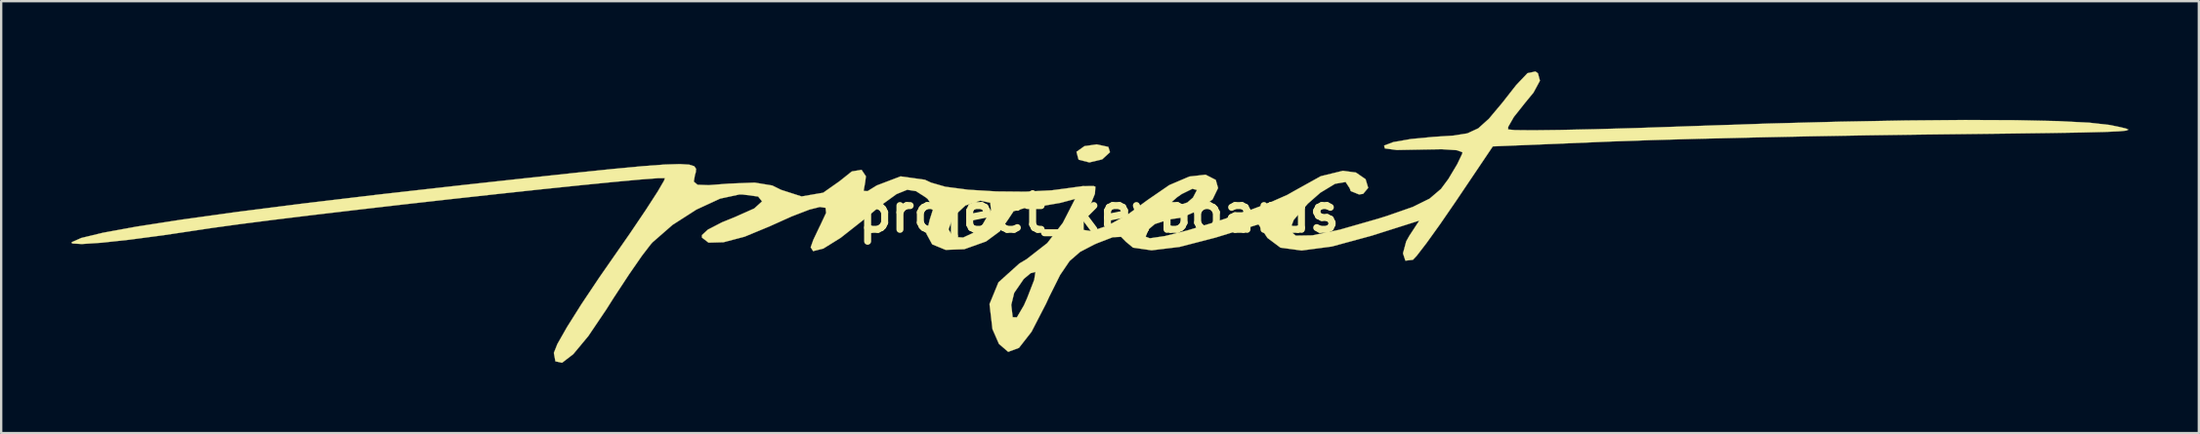
<source format=kicad_pcb>
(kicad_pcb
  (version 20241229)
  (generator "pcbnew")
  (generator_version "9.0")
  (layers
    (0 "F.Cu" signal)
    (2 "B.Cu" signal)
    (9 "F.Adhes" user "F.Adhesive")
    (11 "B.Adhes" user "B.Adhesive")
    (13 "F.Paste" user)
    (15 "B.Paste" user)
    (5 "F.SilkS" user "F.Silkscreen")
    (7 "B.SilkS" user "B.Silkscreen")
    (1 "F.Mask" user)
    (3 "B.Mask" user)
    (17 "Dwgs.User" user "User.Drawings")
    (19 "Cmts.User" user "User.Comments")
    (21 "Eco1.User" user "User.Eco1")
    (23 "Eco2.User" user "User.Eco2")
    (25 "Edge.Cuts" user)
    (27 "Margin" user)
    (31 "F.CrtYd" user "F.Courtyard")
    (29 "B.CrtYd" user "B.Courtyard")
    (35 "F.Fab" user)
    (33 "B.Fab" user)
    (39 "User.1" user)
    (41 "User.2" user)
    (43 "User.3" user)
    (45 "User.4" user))
  (footprint "project_keyboards"
    (layer "F.Cu")
    (at 43.833 6.061)
    (property "Reference" "project_keyboards" (at 0 0 0) (layer "F.SilkS") (effects (font (size 1.524 1.524) (thickness 0.3))))
    (attr through_hole)
    (fp_poly (pts (xy 0.398 -2.834) (xy 0.469 -2.607) (xy 0.137 -2.302) (xy -0.409 -2.171) (xy -0.858 -2.285) (xy -0.873 -2.299) (xy -0.96 -2.624) (xy -0.62 -2.866) (xy -0.096 -2.941) (xy 0.398 -2.834)) (stroke (width 0.01) (type solid)) (fill yes) (layer "F.SilkS"))
    (fp_poly (pts (xy 18.726 -5.979) (xy 18.811 -5.663) (xy 18.538 -5.157) (xy 18.166 -4.703) (xy 17.697 -4.111) (xy 17.456 -3.689) (xy 17.454 -3.579) (xy 17.748 -3.552) (xy 18.508 -3.545) (xy 19.667 -3.558) (xy 21.155 -3.59) (xy 22.904 -3.639) (xy 24.847 -3.705) (xy 25.321 -3.722) (xy 28.57 -3.832) (xy 31.621 -3.912) (xy 34.428 -3.963) (xy 36.942 -3.984) (xy 39.116 -3.975) (xy 40.903 -3.937) (xy 42.255 -3.868) (xy 43.125 -3.769) (xy 43.18 -3.758) (xy 43.548 -3.682) (xy 43.808 -3.62) (xy 43.916 -3.571) (xy 43.826 -3.531) (xy 43.496 -3.499) (xy 42.879 -3.473) (xy 41.931 -3.45) (xy 40.608 -3.428) (xy 38.866 -3.405) (xy 36.658 -3.379) (xy 35.159 -3.362) (xy 32.773 -3.329) (xy 30.294 -3.286) (xy 27.844 -3.235) (xy 25.546 -3.18) (xy 23.521 -3.123) (xy 21.892 -3.067) (xy 21.702 -3.059) (xy 16.801 -2.856) (xy 15.225 -0.512) (xy 14.55 0.471) (xy 13.967 1.284) (xy 13.551 1.824) (xy 13.393 1.99) (xy 13.072 2.027) (xy 12.969 1.715) (xy 13.107 1.202) (xy 13.239 0.967) (xy 13.666 0.314) (xy 11.636 0.959) (xy 9.933 1.423) (xy 8.645 1.593) (xy 7.741 1.471) (xy 7.189 1.057) (xy 7.177 1.04) (xy 6.803 0.477) (xy 4.977 1.04) (xy 3.431 1.441) (xy 2.243 1.585) (xy 1.452 1.47) (xy 1.147 1.217) (xy 0.942 1.009) (xy 0.584 1.027) (xy -0.077 1.282) (xy -0.204 1.338) (xy -0.804 1.651) (xy -1.253 2.041) (xy -1.658 2.638) (xy -2.124 3.571) (xy -2.258 3.864) (xy -2.88 5.069) (xy -3.414 5.754) (xy -3.873 5.924) (xy -4.268 5.584) (xy -4.543 4.954) (xy -4.665 3.918) (xy -3.743 3.918) (xy -3.682 4.444) (xy -3.501 4.449) (xy -3.201 3.936) (xy -3.061 3.618) (xy -2.762 2.845) (xy -2.711 2.508) (xy -2.915 2.563) (xy -3.208 2.807) (xy -3.618 3.404) (xy -3.743 3.918) (xy -4.665 3.918) (xy -4.669 3.883) (xy -4.288 2.953) (xy -3.393 2.147) (xy -3.09 1.966) (xy -2.206 1.277) (xy -1.544 0.415) (xy -1.527 0.382) (xy -1.018 -0.611) (xy -1.645 -0.443) (xy -2.423 -0.308) (xy -2.99 -0.271) (xy -3.644 -0.084) (xy -3.878 0.27) (xy -4.227 0.77) (xy -4.818 1.206) (xy -5.744 1.537) (xy -6.542 1.566) (xy -7.115 1.33) (xy -7.365 0.87) (xy -7.32 0.688) (xy -6.417 0.688) (xy -6.232 1.011) (xy -5.794 1.04) (xy -5.281 0.801) (xy -4.961 0.475) (xy -4.604 -0.136) (xy -4.638 -0.448) (xy -5.061 -0.535) (xy -5.697 -0.33) (xy -6.22 0.157) (xy -6.417 0.688) (xy -7.32 0.688) (xy -7.216 0.263) (xy -7.057 -0.24) (xy -7.311 -0.613) (xy -7.398 -0.682) (xy -7.806 -0.944) (xy -8.181 -1.002) (xy -8.637 -0.817) (xy -9.286 -0.347) (xy -10.026 0.267) (xy -11.022 1.052) (xy -11.758 1.51) (xy -12.194 1.62) (xy -12.299 1.457) (xy -12.188 1.142) (xy -11.918 0.573) (xy -11.891 0.521) (xy -11.641 -0.015) (xy -11.663 -0.23) (xy -11.908 -0.267) (xy -12.351 -0.156) (xy -13.108 0.136) (xy -14.018 0.545) (xy -14.038 0.555) (xy -15.116 1.002) (xy -16.019 1.24) (xy -16.657 1.257) (xy -16.937 1.041) (xy -16.939 0.936) (xy -16.686 0.702) (xy -16.078 0.387) (xy -15.539 0.168) (xy -14.708 -0.202) (xy -14.373 -0.505) (xy -14.54 -0.713) (xy -15.214 -0.801) (xy -15.337 -0.802) (xy -16.161 -0.624) (xy -17.172 -0.157) (xy -18.193 0.499) (xy -19.045 1.243) (xy -19.117 1.323) (xy -19.494 1.813) (xy -20.053 2.622) (xy -20.701 3.61) (xy -21.013 4.104) (xy -21.787 5.252) (xy -22.428 6.023) (xy -22.905 6.39) (xy -23.189 6.329) (xy -23.255 5.969) (xy -23.105 5.59) (xy -22.694 4.866) (xy -22.076 3.884) (xy -21.306 2.731) (xy -20.83 2.046) (xy -20.012 0.869) (xy -19.327 -0.148) (xy -18.823 -0.929) (xy -18.551 -1.397) (xy -18.519 -1.497) (xy -18.804 -1.498) (xy -19.549 -1.442) (xy -20.683 -1.338) (xy -22.135 -1.194) (xy -23.834 -1.018) (xy -25.709 -0.816) (xy -27.69 -0.598) (xy -29.704 -0.371) (xy -31.682 -0.142) (xy -33.552 0.079) (xy -35.243 0.286) (xy -36.685 0.471) (xy -37.806 0.625) (xy -38.219 0.687) (xy -39.901 0.939) (xy -41.369 1.133) (xy -42.554 1.261) (xy -43.389 1.316) (xy -43.805 1.293) (xy -43.828 1.241) (xy -43.415 1.058) (xy -42.487 0.834) (xy -41.06 0.573) (xy -39.15 0.276) (xy -36.777 -0.054) (xy -33.956 -0.413) (xy -30.704 -0.801) (xy -27.04 -1.214) (xy -27.021 -1.216) (xy -24.454 -1.497) (xy -22.371 -1.722) (xy -20.721 -1.893) (xy -19.456 -2.011) (xy -18.526 -2.08) (xy -17.884 -2.1) (xy -17.479 -2.075) (xy -17.263 -2.006) (xy -17.188 -1.894) (xy -17.203 -1.743) (xy -17.238 -1.629) (xy -17.285 -1.351) (xy -17.125 -1.216) (xy -16.649 -1.198) (xy -15.794 -1.264) (xy -14.687 -1.308) (xy -13.938 -1.184) (xy -13.562 -0.999) (xy -12.687 -0.717) (xy -11.765 -0.876) (xy -11.07 -1.365) (xy -10.544 -1.785) (xy -10.128 -1.854) (xy -9.943 -1.578) (xy -9.975 -1.32) (xy -10.041 -0.952) (xy -9.872 -0.944) (xy -9.48 -1.186) (xy -8.463 -1.574) (xy -7.429 -1.431) (xy -7.161 -1.306) (xy -6.554 -1.131) (xy -5.575 -1.003) (xy -4.385 -0.931) (xy -3.146 -0.92) (xy -2.019 -0.978) (xy -1.412 -1.058) (xy -0.692 -1.157) (xy -0.224 -1.16) (xy -0.153 -1.133) (xy -0.173 -0.833) (xy -0.397 -0.276) (xy -0.431 -0.209) (xy -0.677 0.361) (xy -0.729 0.693) (xy -0.72 0.706) (xy -0.313 0.765) (xy 0.377 0.529) (xy 1.23 0.054) (xy 1.829 -0.385) (xy 2.997 -0.385) (xy 3.1 -0.284) (xy 3.243 -0.276) (xy 3.771 -0.459) (xy 4.011 -0.668) (xy 4.179 -0.993) (xy 3.985 -1.044) (xy 3.53 -0.82) (xy 3.326 -0.677) (xy 2.997 -0.385) (xy 1.829 -0.385) (xy 2.076 -0.566) (xy 2.999 -1.201) (xy 3.855 -1.567) (xy 4.547 -1.646) (xy 4.981 -1.424) (xy 5.08 -1.076) (xy 4.847 -0.593) (xy 4.267 -0.133) (xy 3.522 0.188) (xy 2.987 0.267) (xy 2.384 0.462) (xy 2.139 0.668) (xy 1.946 0.987) (xy 2.165 1.069) (xy 2.185 1.069) (xy 2.816 0.976) (xy 3.79 0.73) (xy 4.952 0.38) (xy 6.149 -0.022) (xy 7.228 -0.427) (xy 8.037 -0.785) (xy 8.288 -0.928) (xy 9.461 -1.581) (xy 10.407 -1.813) (xy 10.962 -1.738) (xy 11.373 -1.454) (xy 11.485 -1.084) (xy 11.269 -0.828) (xy 11.096 -0.802) (xy 10.74 -0.946) (xy 10.695 -1.069) (xy 10.522 -1.334) (xy 10.072 -1.258) (xy 9.445 -0.878) (xy 8.91 -0.408) (xy 8.31 0.283) (xy 8.134 0.737) (xy 8.394 0.958) (xy 9.102 0.947) (xy 10.269 0.705) (xy 11.907 0.235) (xy 12.293 0.114) (xy 13.387 -0.268) (xy 14.105 -0.623) (xy 14.592 -1.039) (xy 14.906 -1.463) (xy 15.282 -2.094) (xy 15.492 -2.533) (xy 15.508 -2.603) (xy 15.264 -2.693) (xy 14.625 -2.735) (xy 13.726 -2.72) (xy 13.703 -2.719) (xy 12.701 -2.701) (xy 12.195 -2.77) (xy 12.165 -2.891) (xy 12.552 -3.038) (xy 13.31 -3.171) (xy 14.273 -3.262) (xy 15.123 -3.317) (xy 15.717 -3.412) (xy 16.179 -3.626) (xy 16.635 -4.037) (xy 17.21 -4.724) (xy 17.801 -5.478) (xy 18.282 -5.985) (xy 18.619 -6.056) (xy 18.726 -5.979)) (stroke (width 0.01) (type solid)) (fill yes) (layer "F.SilkS")))
  (gr_rect
    (start -3 -3)
    (end 90.754 15.457)
    (stroke (width 0.1) (type default))
    (fill no)
    (layer "Edge.Cuts")))
</source>
